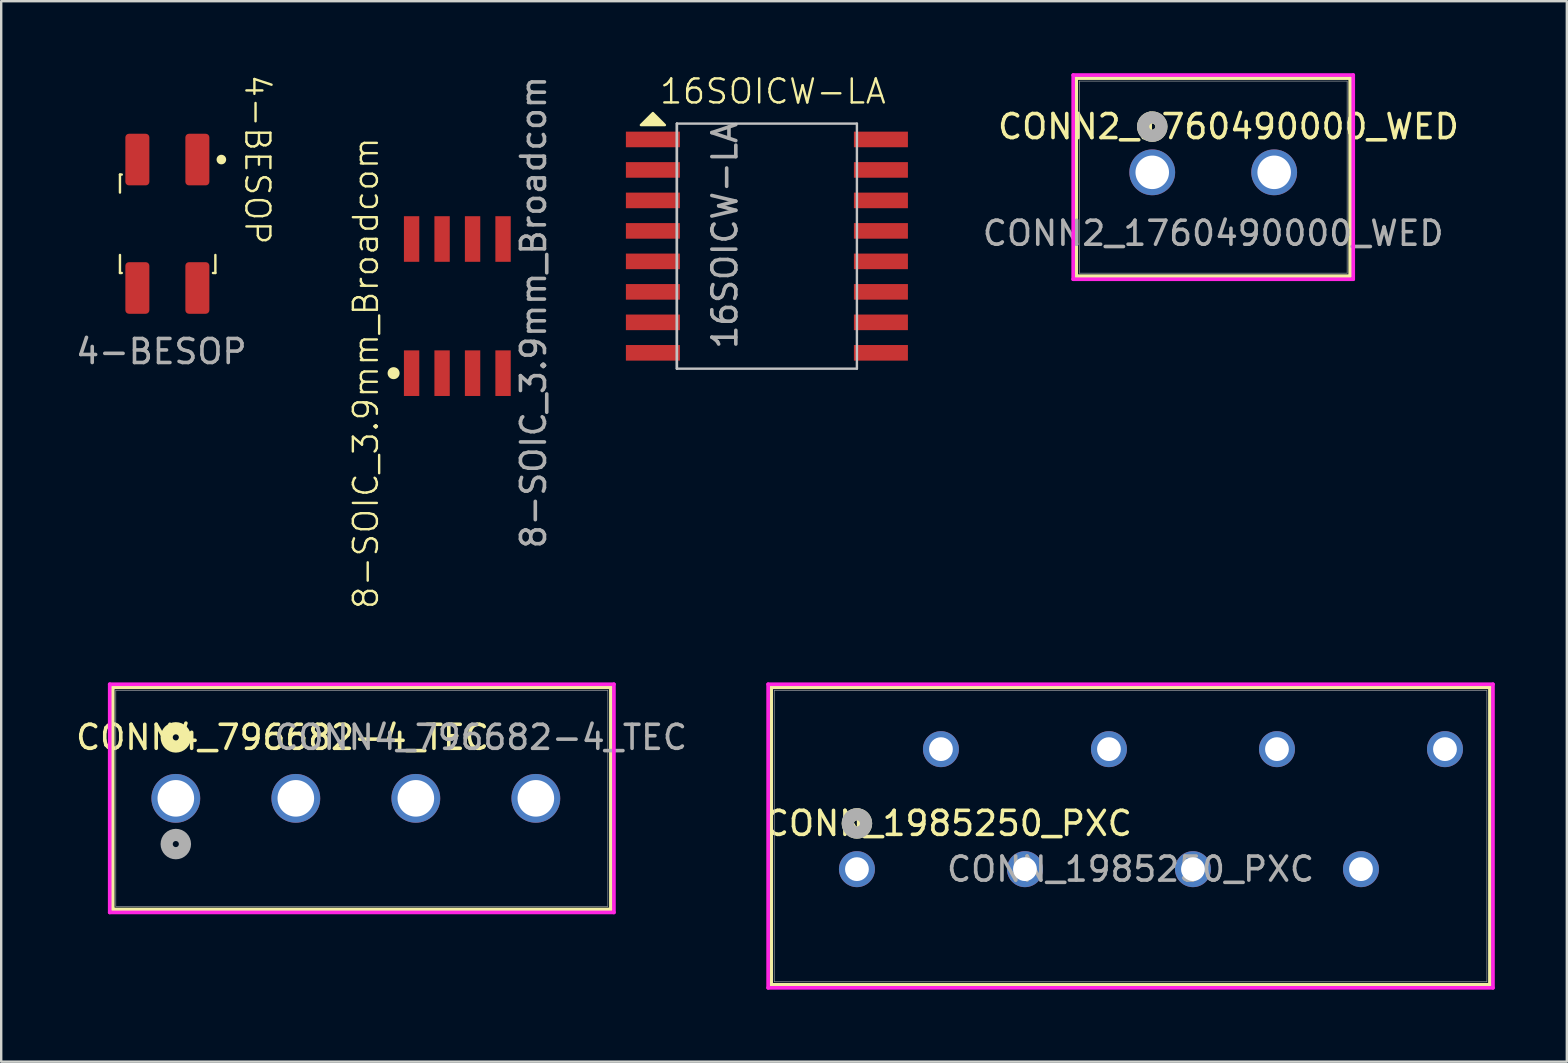
<source format=kicad_pcb>
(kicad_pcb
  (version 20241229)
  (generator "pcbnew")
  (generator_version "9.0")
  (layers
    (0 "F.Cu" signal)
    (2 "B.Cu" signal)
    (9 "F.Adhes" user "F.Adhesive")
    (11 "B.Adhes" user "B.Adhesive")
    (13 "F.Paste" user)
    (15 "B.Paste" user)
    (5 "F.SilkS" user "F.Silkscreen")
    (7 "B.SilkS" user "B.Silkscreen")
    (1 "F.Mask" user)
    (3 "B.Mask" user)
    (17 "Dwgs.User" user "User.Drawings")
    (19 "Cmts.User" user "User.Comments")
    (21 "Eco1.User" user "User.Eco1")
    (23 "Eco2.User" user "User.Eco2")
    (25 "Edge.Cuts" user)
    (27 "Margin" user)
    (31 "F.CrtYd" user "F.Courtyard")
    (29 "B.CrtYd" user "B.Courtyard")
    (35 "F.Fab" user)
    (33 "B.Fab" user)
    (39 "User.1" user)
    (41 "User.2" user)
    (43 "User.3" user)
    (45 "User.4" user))
  (footprint "8-SOIC_3.9mm_Broadcom"
    (layer "F.Cu")
    (at 14.099 12.498)
    (property "Reference" "8-SOIC_3.9mm_Broadcom" (at -1.905 0 90) (unlocked yes) (layer "F.SilkS") (effects (font (size 1 1) (thickness 0.1))))
    (attr smd)
    (fp_circle (center -0.75 0) (end -0.55 0) (stroke (width 0.1) (type solid)) (fill yes) (layer "F.SilkS"))
    (fp_text user "${REFERENCE}" (at 5.08 -2.54 90) (unlocked yes) (layer "F.Fab") (effects (font (size 1 1) (thickness 0.15))))
    (pad "1" smd rect (at 0 0) (size 0.64 1.9) (layers "F.Cu" "F.Mask" "F.Paste"))
    (pad "2" smd rect (at 1.27 0) (size 0.64 1.9) (layers "F.Cu" "F.Mask" "F.Paste"))
    (pad "3" smd rect (at 2.54 0) (size 0.64 1.9) (layers "F.Cu" "F.Mask" "F.Paste"))
    (pad "4" smd rect (at 3.81 0) (size 0.64 1.9) (layers "F.Cu" "F.Mask" "F.Paste"))
    (pad "5" smd rect (at 3.81 -5.59) (size 0.64 1.9) (layers "F.Cu" "F.Mask" "F.Paste"))
    (pad "6" smd rect (at 2.54 -5.59) (size 0.64 1.9) (layers "F.Cu" "F.Mask" "F.Paste"))
    (pad "7" smd rect (at 1.27 -5.59) (size 0.64 1.9) (layers "F.Cu" "F.Mask" "F.Paste"))
    (pad "8" smd rect (at 0 -5.59) (size 0.64 1.9) (layers "F.Cu" "F.Mask" "F.Paste")))
  (footprint "CONN_1985250_PXC"
    (layer "F.Cu")
    (at 32.653 33.162)
    (property "Reference" "CONN_1985250_PXC" (at 3.81 -1.905 0) (unlocked yes) (layer "F.SilkS") (effects (font (size 1 1) (thickness 0.15))))
    (attr through_hole)
    (fp_line (start -3.573 -7.577) (end -3.573 4.818) (stroke (width 0.152) (type solid)) (layer "F.SilkS"))
    (fp_line (start -3.573 4.818) (end 26.373 4.818) (stroke (width 0.152) (type solid)) (layer "F.SilkS"))
    (fp_line (start 26.373 -7.577) (end -3.573 -7.577) (stroke (width 0.152) (type solid)) (layer "F.SilkS"))
    (fp_line (start 26.373 4.818) (end 26.373 -7.577) (stroke (width 0.152) (type solid)) (layer "F.SilkS"))
    (fp_circle (center 0 -1.905) (end 0.381 -1.905) (stroke (width 0.508) (type solid)) (fill no) (layer "F.SilkS"))
    (fp_line (start -3.7 -7.704) (end -3.7 4.945) (stroke (width 0.152) (type solid)) (layer "F.CrtYd"))
    (fp_line (start -3.7 4.945) (end 26.5 4.945) (stroke (width 0.152) (type solid)) (layer "F.CrtYd"))
    (fp_line (start 26.5 -7.704) (end -3.7 -7.704) (stroke (width 0.152) (type solid)) (layer "F.CrtYd"))
    (fp_line (start 26.5 4.945) (end 26.5 -7.704) (stroke (width 0.152) (type solid)) (layer "F.CrtYd"))
    (fp_line (start -3.446 -7.45) (end -3.446 4.691) (stroke (width 0.025) (type solid)) (layer "F.Fab"))
    (fp_line (start -3.446 4.691) (end 26.246 4.691) (stroke (width 0.025) (type solid)) (layer "F.Fab"))
    (fp_line (start 26.246 -7.45) (end -3.446 -7.45) (stroke (width 0.025) (type solid)) (layer "F.Fab"))
    (fp_line (start 26.246 4.691) (end 26.246 -7.45) (stroke (width 0.025) (type solid)) (layer "F.Fab"))
    (fp_circle (center 0 -1.905) (end 0.381 -1.905) (stroke (width 0.508) (type solid)) (fill no) (layer "F.Fab"))
    (fp_text user "${REFERENCE}" (at 11.4 0 0) (unlocked yes) (layer "F.Fab") (effects (font (size 1 1) (thickness 0.15))))
    (pad "1" thru_hole circle (at 0 0) (size 1.499 1.499) (drill 0.991) (layers "*.Cu" "*.Mask"))
    (pad "2" thru_hole circle (at 3.5 -5) (size 1.499 1.499) (drill 0.991) (layers "*.Cu" "*.Mask"))
    (pad "3" thru_hole circle (at 7 0) (size 1.499 1.499) (drill 0.991) (layers "*.Cu" "*.Mask"))
    (pad "4" thru_hole circle (at 10.5 -5) (size 1.499 1.499) (drill 0.991) (layers "*.Cu" "*.Mask"))
    (pad "5" thru_hole circle (at 14 0) (size 1.499 1.499) (drill 0.991) (layers "*.Cu" "*.Mask"))
    (pad "6" thru_hole circle (at 17.5 -5) (size 1.499 1.499) (drill 0.991) (layers "*.Cu" "*.Mask"))
    (pad "7" thru_hole circle (at 21 0) (size 1.499 1.499) (drill 0.991) (layers "*.Cu" "*.Mask"))
    (pad "8" thru_hole circle (at 24.5 -5) (size 1.499 1.499) (drill 0.991) (layers "*.Cu" "*.Mask")))
  (footprint "4-BESOP"
    (layer "F.Cu")
    (at 2.673 3.598)
    (property "Reference" "4-BESOP" (at 5 0 270) (unlocked yes) (layer "F.SilkS") (effects (font (size 1 1) (thickness 0.1))))
    (attr smd)
    (fp_line (start -0.725 0.625) (end -0.725 1.375) (stroke (width 0.1) (type solid)) (layer "F.SilkS"))
    (fp_line (start -0.725 4.725) (end -0.725 3.975) (stroke (width 0.1) (type solid)) (layer "F.SilkS"))
    (fp_line (start -0.725 4.725) (end -0.65 4.725) (stroke (width 0.1) (type solid)) (layer "F.SilkS"))
    (fp_line (start -0.65 0.625) (end -0.725 0.625) (stroke (width 0.1) (type solid)) (layer "F.SilkS"))
    (fp_line (start 3.15 4.725) (end 3.25 4.725) (stroke (width 0.1) (type solid)) (layer "F.SilkS"))
    (fp_line (start 3.25 4.725) (end 3.25 3.975) (stroke (width 0.1) (type solid)) (layer "F.SilkS"))
    (fp_circle (center 3.5 0) (end 3.65 0) (stroke (width 0.1) (type solid)) (fill yes) (layer "F.SilkS"))
    (fp_text user "${REFERENCE}" (at 1 8 0) (unlocked yes) (layer "F.Fab") (effects (font (size 1 1) (thickness 0.15))))
    (pad "1" smd roundrect (at 2.5 0 90) (size 2.15 1) (layers "F.Cu" "F.Mask" "F.Paste") (roundrect_rratio 0.15))
    (pad "2" smd roundrect (at 2.5 5.35 90) (size 2.15 1) (layers "F.Cu" "F.Mask" "F.Paste") (roundrect_rratio 0.15))
    (pad "3" smd roundrect (at 0 0 90) (size 2.15 1) (layers "F.Cu" "F.Mask" "F.Paste") (roundrect_rratio 0.15))
    (pad "4" smd roundrect (at 0 5.35 90) (size 2.15 1) (layers "F.Cu" "F.Mask" "F.Paste") (roundrect_rratio 0.15)))
  (footprint "16SOICW-LA"
    (layer "F.Cu")
    (at 24.152 2.76)
    (property "Reference" "16SOICW-LA" (at 5 -2 0) (unlocked yes) (layer "F.SilkS") (effects (font (size 1 1) (thickness 0.1))))
    (attr smd)
    (fp_poly (pts (xy -0.5 -0.6) (xy 0.5 -0.6) (xy 0 -1.1)) (stroke (width 0.1) (type solid)) (fill yes) (layer "F.SilkS"))
    (fp_line (start 1 -0.66) (end 1 9.55) (stroke (width 0.1) (type default)) (layer "Dwgs.User"))
    (fp_line (start 1 -0.66) (end 8.5 -0.66) (stroke (width 0.1) (type default)) (layer "Dwgs.User"))
    (fp_line (start 1 9.55) (end 1 -0.66) (stroke (width 0.1) (type default)) (layer "Dwgs.User"))
    (fp_line (start 8.5 -0.66) (end 8.5 9.55) (stroke (width 0.1) (type default)) (layer "Dwgs.User"))
    (fp_line (start 8.5 9.55) (end 1 9.55) (stroke (width 0.1) (type default)) (layer "Dwgs.User"))
    (fp_text user "${REFERENCE}" (at 3 4 90) (unlocked yes) (layer "F.Fab") (effects (font (size 1 1) (thickness 0.15))))
    (pad "1" smd rect (at 0 0) (size 2.25 0.65) (layers "F.Cu" "F.Mask" "F.Paste"))
    (pad "2" smd rect (at 0 1.27) (size 2.25 0.65) (layers "F.Cu" "F.Mask" "F.Paste"))
    (pad "3" smd rect (at 0 2.54) (size 2.25 0.65) (layers "F.Cu" "F.Mask" "F.Paste"))
    (pad "4" smd rect (at 0 3.81) (size 2.25 0.65) (layers "F.Cu" "F.Mask" "F.Paste"))
    (pad "5" smd rect (at 0 5.08) (size 2.25 0.65) (layers "F.Cu" "F.Mask" "F.Paste"))
    (pad "6" smd rect (at 0 6.35) (size 2.25 0.65) (layers "F.Cu" "F.Mask" "F.Paste"))
    (pad "7" smd rect (at 0 7.62) (size 2.25 0.65) (layers "F.Cu" "F.Mask" "F.Paste"))
    (pad "8" smd rect (at 0 8.89) (size 2.25 0.65) (layers "F.Cu" "F.Mask" "F.Paste"))
    (pad "9" smd rect (at 9.5 8.89) (size 2.25 0.65) (layers "F.Cu" "F.Mask" "F.Paste"))
    (pad "10" smd rect (at 9.5 7.62) (size 2.25 0.65) (layers "F.Cu" "F.Mask" "F.Paste"))
    (pad "11" smd rect (at 9.5 6.35) (size 2.25 0.65) (layers "F.Cu" "F.Mask" "F.Paste"))
    (pad "12" smd rect (at 9.5 5.08) (size 2.25 0.65) (layers "F.Cu" "F.Mask" "F.Paste"))
    (pad "13" smd rect (at 9.5 3.81) (size 2.25 0.65) (layers "F.Cu" "F.Mask" "F.Paste"))
    (pad "14" smd rect (at 9.5 2.54) (size 2.25 0.65) (layers "F.Cu" "F.Mask" "F.Paste"))
    (pad "15" smd rect (at 9.5 1.27) (size 2.25 0.65) (layers "F.Cu" "F.Mask" "F.Paste"))
    (pad "16" smd rect (at 9.5 0) (size 2.25 0.65) (layers "F.Cu" "F.Mask" "F.Paste"))
    (zone (net_name "") (layer "F.Cu") (name "Isolation_KO") (hatch edge 0.5) (connect_pads) (min_thickness 0.25) (filled_areas_thickness no) (keepout (tracks not_allowed) (vias not_allowed) (pads not_allowed) (copperpour not_allowed) (footprints not_allowed)) (placement (enabled no)) (fill) (polygon (pts (xy 27.152 1.76) (xy 27.152 12.761) (xy 31.152 12.761) (xy 31.152 1.76)))))
  (footprint "CONN4_796682-4_TEC"
    (layer "F.Cu")
    (at 4.275 30.212)
    (property "Reference" "CONN4_796682-4_TEC" (at 4.445 -2.54 0) (unlocked yes) (layer "F.SilkS") (effects (font (size 1 1) (thickness 0.15))))
    (attr through_hole)
    (fp_line (start -2.627 -4.627) (end -2.627 4.627) (stroke (width 0.152) (type solid)) (layer "F.SilkS"))
    (fp_line (start -2.627 4.627) (end 18.127 4.627) (stroke (width 0.152) (type solid)) (layer "F.SilkS"))
    (fp_line (start 18.127 -4.627) (end -2.627 -4.627) (stroke (width 0.152) (type solid)) (layer "F.SilkS"))
    (fp_line (start 18.127 4.627) (end 18.127 -4.627) (stroke (width 0.152) (type solid)) (layer "F.SilkS"))
    (fp_circle (center 0 -2.54) (end 0.381 -2.54) (stroke (width 0.508) (type solid)) (fill no) (layer "F.SilkS"))
    (fp_line (start -2.754 -4.754) (end -2.754 4.754) (stroke (width 0.152) (type solid)) (layer "F.CrtYd"))
    (fp_line (start -2.754 4.754) (end 18.254 4.754) (stroke (width 0.152) (type solid)) (layer "F.CrtYd"))
    (fp_line (start 18.254 -4.754) (end -2.754 -4.754) (stroke (width 0.152) (type solid)) (layer "F.CrtYd"))
    (fp_line (start 18.254 4.754) (end 18.254 -4.754) (stroke (width 0.152) (type solid)) (layer "F.CrtYd"))
    (fp_line (start -2.5 -4.5) (end -2.5 4.5) (stroke (width 0.025) (type solid)) (layer "F.Fab"))
    (fp_line (start -2.5 4.5) (end 18 4.5) (stroke (width 0.025) (type solid)) (layer "F.Fab"))
    (fp_line (start 18 -4.5) (end -2.5 -4.5) (stroke (width 0.025) (type solid)) (layer "F.Fab"))
    (fp_line (start 18 4.5) (end 18 -4.5) (stroke (width 0.025) (type solid)) (layer "F.Fab"))
    (fp_circle (center 0 1.905) (end 0.381 1.905) (stroke (width 0.508) (type solid)) (fill no) (layer "F.Fab"))
    (fp_text user "${REFERENCE}" (at 12.7 -2.54 0) (unlocked yes) (layer "F.Fab") (effects (font (size 1 1) (thickness 0.15))))
    (pad "1" thru_hole circle (at 0 0) (size 2.032 2.032) (drill 1.524) (layers "*.Cu" "*.Mask"))
    (pad "2" thru_hole circle (at 5 0) (size 2.032 2.032) (drill 1.524) (layers "*.Cu" "*.Mask"))
    (pad "3" thru_hole circle (at 10 0) (size 2.032 2.032) (drill 1.524) (layers "*.Cu" "*.Mask"))
    (pad "4" thru_hole circle (at 15 0) (size 2.032 2.032) (drill 1.524) (layers "*.Cu" "*.Mask")))
  (footprint "CONN2_1760490000_WED"
    (layer "F.Cu")
    (at 44.957 4.13)
    (property "Reference" "CONN2_1760490000_WED" (at 3.175 -1.905 0) (unlocked yes) (layer "F.SilkS") (effects (font (size 1 1) (thickness 0.15))))
    (attr through_hole)
    (fp_line (start -3.167 -3.927) (end -3.167 4.327) (stroke (width 0.152) (type solid)) (layer "F.SilkS"))
    (fp_line (start -3.167 4.327) (end 8.247 4.327) (stroke (width 0.152) (type solid)) (layer "F.SilkS"))
    (fp_line (start 8.247 -3.927) (end -3.167 -3.927) (stroke (width 0.152) (type solid)) (layer "F.SilkS"))
    (fp_line (start 8.247 4.327) (end 8.247 -3.927) (stroke (width 0.152) (type solid)) (layer "F.SilkS"))
    (fp_circle (center 0 -1.905) (end 0.381 -1.905) (stroke (width 0.508) (type solid)) (fill no) (layer "F.SilkS"))
    (fp_line (start -3.294 -4.054) (end -3.294 4.454) (stroke (width 0.152) (type solid)) (layer "F.CrtYd"))
    (fp_line (start -3.294 4.454) (end 8.374 4.454) (stroke (width 0.152) (type solid)) (layer "F.CrtYd"))
    (fp_line (start 8.374 -4.054) (end -3.294 -4.054) (stroke (width 0.152) (type solid)) (layer "F.CrtYd"))
    (fp_line (start 8.374 4.454) (end 8.374 -4.054) (stroke (width 0.152) (type solid)) (layer "F.CrtYd"))
    (fp_line (start -3.04 -3.8) (end -3.04 4.2) (stroke (width 0.025) (type solid)) (layer "F.Fab"))
    (fp_line (start -3.04 4.2) (end 8.12 4.2) (stroke (width 0.025) (type solid)) (layer "F.Fab"))
    (fp_line (start 8.12 -3.8) (end -3.04 -3.8) (stroke (width 0.025) (type solid)) (layer "F.Fab"))
    (fp_line (start 8.12 4.2) (end 8.12 -3.8) (stroke (width 0.025) (type solid)) (layer "F.Fab"))
    (fp_circle (center 0 -1.905) (end 0.381 -1.905) (stroke (width 0.508) (type solid)) (fill no) (layer "F.Fab"))
    (fp_text user "${REFERENCE}" (at 2.54 2.54 0) (unlocked yes) (layer "F.Fab") (effects (font (size 1 1) (thickness 0.15))))
    (pad "1" thru_hole circle (at 0 0) (size 1.908 1.908) (drill 1.397) (layers "*.Cu" "*.Mask"))
    (pad "2" thru_hole circle (at 5.08 0) (size 1.908 1.908) (drill 1.397) (layers "*.Cu" "*.Mask")))
  (gr_rect
    (start -3 -3)
    (end 62.23 41.183)
    (stroke (width 0.1) (type default))
    (fill no)
    (layer "Edge.Cuts")))
</source>
